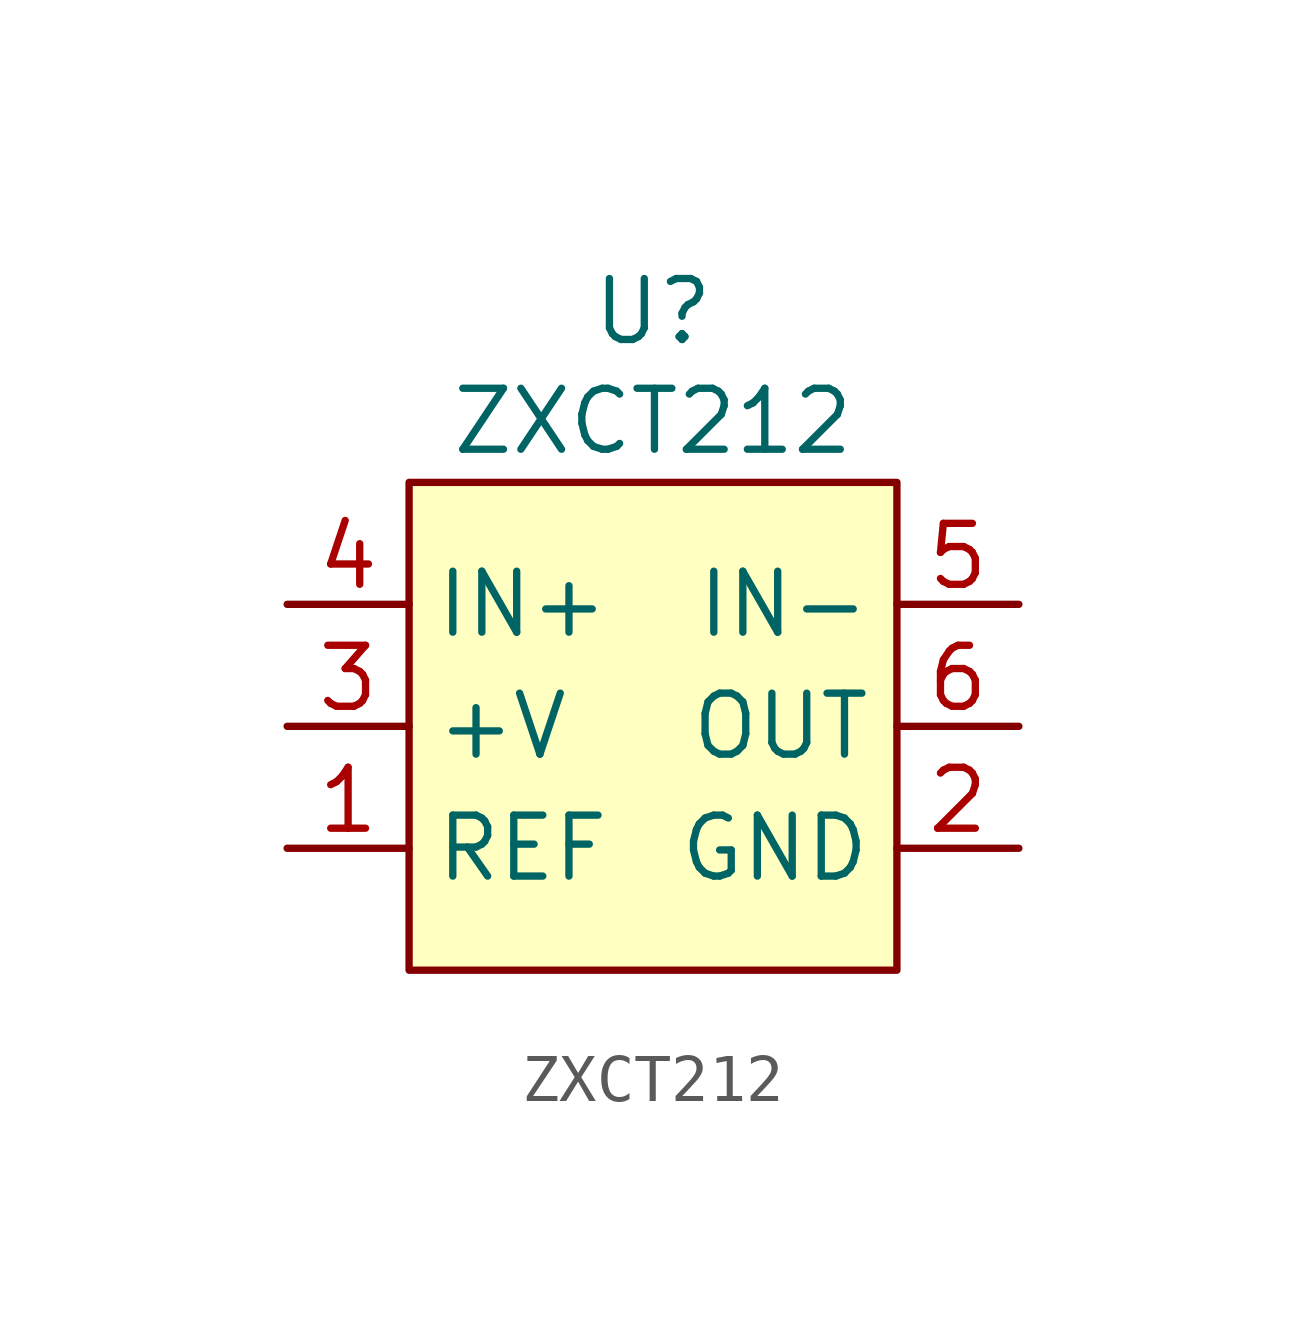
<source format=kicad_sym>
(kicad_symbol_lib
  (version 20241209)
  (generator "kicad_symbol_editor")
  (generator_version "9.0")
  (symbol "ZXCT212"
    (property "Reference" "U"
      (at 0 8.636 0)
      (effects (font (size 1.27 1.27))))
    (property "Value" "ZXCT212"
      (at 0 6.35 0)
      (effects (font (size 1.27 1.27))))
    (symbol "ZXCT212_1_1"
      (rectangle (start -5.08 5.08) (end 5.08 -5.08) (stroke (width 0) (type solid)) (fill (type background)))
      (pin passive line (at -7.62 2.54 0) (length 2.54) (name "IN+" (effects (font (size 1.27 1.27)))) (number "4" (effects (font (size 1.27 1.27)))))
      (pin passive line (at -7.62 0 0) (length 2.54) (name "+V" (effects (font (size 1.27 1.27)))) (number "3" (effects (font (size 1.27 1.27)))))
      (pin passive line (at -7.62 -2.54 0) (length 2.54) (name "REF" (effects (font (size 1.27 1.27)))) (number "1" (effects (font (size 1.27 1.27)))))
      (pin passive line (at 7.62 2.54 180) (length 2.54) (name "IN-" (effects (font (size 1.27 1.27)))) (number "5" (effects (font (size 1.27 1.27)))))
      (pin passive line (at 7.62 0 180) (length 2.54) (name "OUT" (effects (font (size 1.27 1.27)))) (number "6" (effects (font (size 1.27 1.27)))))
      (pin passive line (at 7.62 -2.54 180) (length 2.54) (name "GND" (effects (font (size 1.27 1.27)))) (number "2" (effects (font (size 1.27 1.27))))))))
</source>
